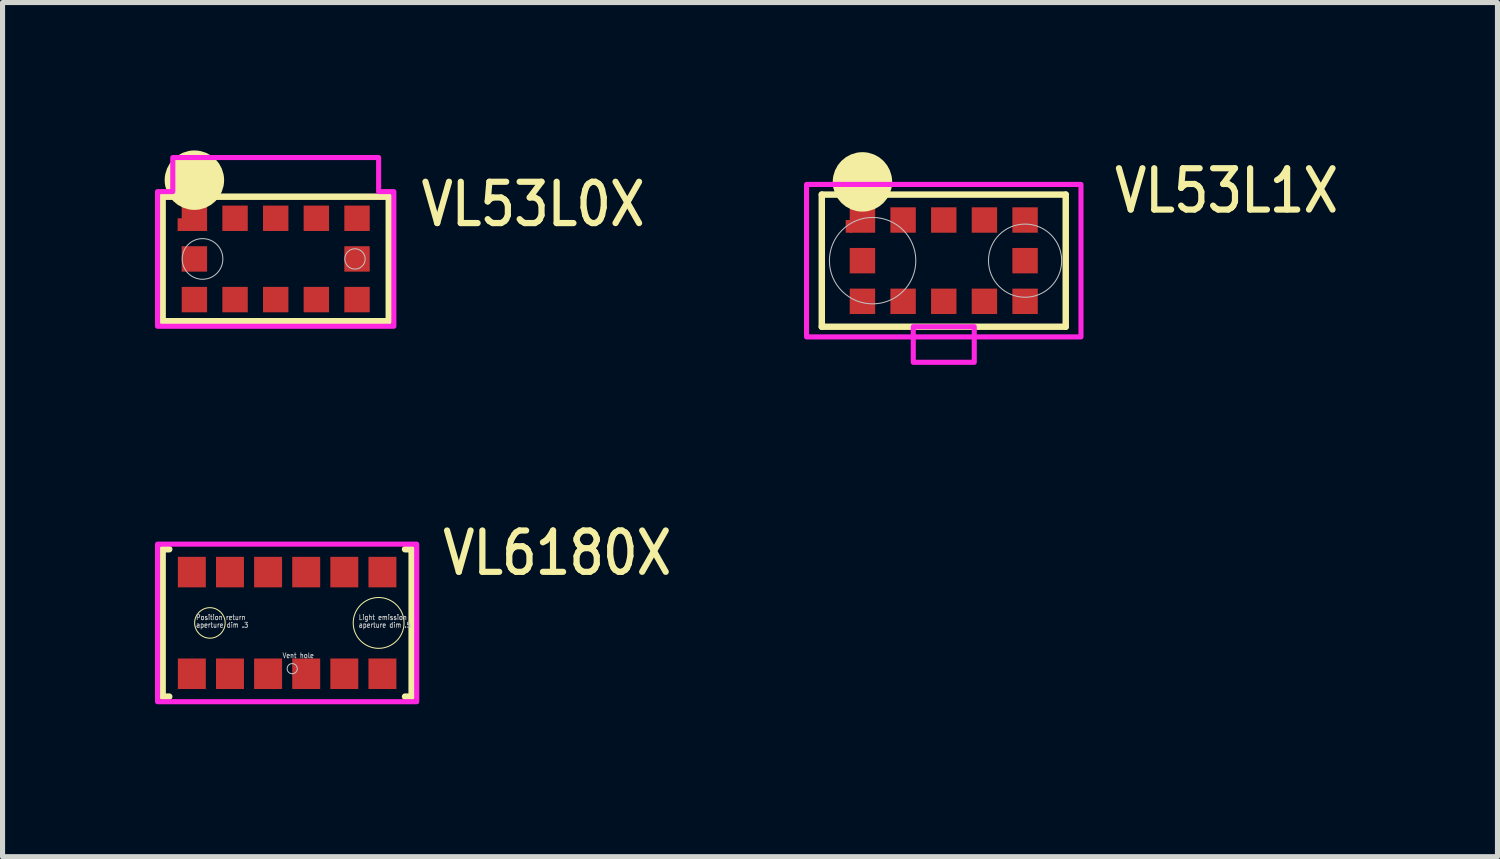
<source format=kicad_pcb>
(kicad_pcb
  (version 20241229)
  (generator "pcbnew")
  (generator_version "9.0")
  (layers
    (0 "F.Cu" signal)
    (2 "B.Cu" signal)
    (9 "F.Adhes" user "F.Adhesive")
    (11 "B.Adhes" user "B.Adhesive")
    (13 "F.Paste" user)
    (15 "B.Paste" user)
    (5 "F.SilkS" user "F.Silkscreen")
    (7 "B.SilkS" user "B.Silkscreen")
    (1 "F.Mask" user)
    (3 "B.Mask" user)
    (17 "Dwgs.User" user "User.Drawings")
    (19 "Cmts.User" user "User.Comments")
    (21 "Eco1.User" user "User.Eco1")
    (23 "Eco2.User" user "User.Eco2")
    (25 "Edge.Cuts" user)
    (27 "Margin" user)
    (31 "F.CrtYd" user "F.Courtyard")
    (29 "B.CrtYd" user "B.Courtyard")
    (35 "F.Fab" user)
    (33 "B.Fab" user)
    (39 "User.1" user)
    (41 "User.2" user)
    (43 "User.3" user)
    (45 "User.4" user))
  (footprint "VL53L0X"
    (layer "F.Cu")
    (at 2.375 2.045)
    (property "Reference" "VL53L0X" (at 2.8 -0.6 0) (unlocked yes) (layer "F.SilkS") (effects (font (size 0.813 0.695) (thickness 0.122)) (justify left bottom)))
    (fp_poly (pts (xy -1.8 -0.8) (xy -1.93 -0.8) (xy -1.93 -0.55) (xy -1.8 -0.55)) (stroke (width 0) (type solid)) (fill yes) (layer "F.Cu"))
    (fp_poly (pts (xy -1.8 -0.9) (xy -2.03 -0.9) (xy -2.03 -0.45) (xy -1.8 -0.45)) (stroke (width 0) (type solid)) (fill yes) (layer "F.Mask"))
    (fp_line (start -2.225 -1.225) (end 2.225 -1.225) (stroke (width 0.127) (type solid)) (layer "F.SilkS"))
    (fp_line (start -2.225 1.225) (end -2.225 -1.225) (stroke (width 0.127) (type solid)) (layer "F.SilkS"))
    (fp_line (start 2.225 -1.225) (end 2.225 1.225) (stroke (width 0.127) (type solid)) (layer "F.SilkS"))
    (fp_line (start 2.225 1.225) (end -2.225 1.225) (stroke (width 0.127) (type solid)) (layer "F.SilkS"))
    (fp_circle (center -1.6 -1.55) (end -1.6 -1.55) (stroke (width 0.585) (type solid)) (fill no) (layer "F.SilkS"))
    (fp_poly (pts (xy -1.8 -0.8) (xy -1.93 -0.8) (xy -1.93 -0.55) (xy -1.8 -0.55)) (stroke (width 0) (type solid)) (fill yes) (layer "F.Paste"))
    (fp_circle (center -1.44 0) (end -1.04 0) (stroke (width 0.02) (type solid)) (fill no) (layer "Dwgs.User"))
    (fp_circle (center 1.56 0) (end 1.76 0) (stroke (width 0.02) (type solid)) (fill no) (layer "Dwgs.User"))
    (fp_poly (pts (xy -2.325 -1.325) (xy -2.025 -1.325) (xy -2.025 -1.995) (xy 2.025 -1.995) (xy 2.025 -1.325) (xy 2.325 -1.325) (xy 2.325 1.325) (xy -2.325 1.325)) (stroke (width 0.1) (type solid)) (fill no) (layer "F.CrtYd"))
    (pad "P$1" smd rect (at -1.6 -0.8) (size 0.5 0.5) (layers "F.Cu" "F.Mask" "F.Paste"))
    (pad "P$2" smd rect (at -0.8 -0.8) (size 0.5 0.5) (layers "F.Cu" "F.Mask" "F.Paste"))
    (pad "P$3" smd rect (at 0 -0.8) (size 0.5 0.5) (layers "F.Cu" "F.Mask" "F.Paste"))
    (pad "P$4" smd rect (at 0.8 -0.8) (size 0.5 0.5) (layers "F.Cu" "F.Mask" "F.Paste"))
    (pad "P$5" smd rect (at 1.6 -0.8) (size 0.5 0.5) (layers "F.Cu" "F.Mask" "F.Paste"))
    (pad "P$6" smd rect (at 1.6 0) (size 0.5 0.5) (layers "F.Cu" "F.Mask" "F.Paste"))
    (pad "P$7" smd rect (at 1.6 0.8) (size 0.5 0.5) (layers "F.Cu" "F.Mask" "F.Paste"))
    (pad "P$8" smd rect (at 0.8 0.8) (size 0.5 0.5) (layers "F.Cu" "F.Mask" "F.Paste"))
    (pad "P$9" smd rect (at 0 0.8) (size 0.5 0.5) (layers "F.Cu" "F.Mask" "F.Paste"))
    (pad "P$10" smd rect (at -0.8 0.8) (size 0.5 0.5) (layers "F.Cu" "F.Mask" "F.Paste"))
    (pad "P$11" smd rect (at -1.6 0.8) (size 0.5 0.5) (layers "F.Cu" "F.Mask" "F.Paste"))
    (pad "P$12" smd rect (at -1.6 0) (size 0.5 0.5) (layers "F.Cu" "F.Mask" "F.Paste")))
  (footprint "VL6180X"
    (layer "F.Cu")
    (at 2.6 9.207)
    (property "Reference" "VL6180X" (at 3 -0.9 0) (unlocked yes) (layer "F.SilkS") (effects (font (size 0.813 0.695) (thickness 0.122)) (justify left bottom)))
    (fp_line (start -2.45 -1.45) (end -2.32 -1.45) (stroke (width 0.127) (type solid)) (layer "F.SilkS"))
    (fp_line (start -2.45 1.45) (end -2.45 -1.45) (stroke (width 0.127) (type solid)) (layer "F.SilkS"))
    (fp_line (start -2.32 1.45) (end -2.45 1.45) (stroke (width 0.127) (type solid)) (layer "F.SilkS"))
    (fp_line (start 2.32 -1.45) (end 2.45 -1.45) (stroke (width 0.127) (type solid)) (layer "F.SilkS"))
    (fp_line (start 2.45 -1.45) (end 2.45 1.45) (stroke (width 0.127) (type solid)) (layer "F.SilkS"))
    (fp_line (start 2.45 1.45) (end 2.32 1.45) (stroke (width 0.127) (type solid)) (layer "F.SilkS"))
    (fp_circle (center -1.52 0) (end -1.22 0) (stroke (width 0.02) (type solid)) (fill no) (layer "F.SilkS"))
    (fp_circle (center 1.8 0) (end 2.3 0) (stroke (width 0.02) (type solid)) (fill no) (layer "F.SilkS"))
    (fp_circle (center 0.1 0.9) (end 0.2 0.9) (stroke (width 0.02) (type solid)) (fill no) (layer "Dwgs.User"))
    (fp_poly (pts (xy -2.55 -1.55) (xy 2.55 -1.55) (xy 2.55 1.55) (xy -2.55 1.55)) (stroke (width 0.1) (type solid)) (fill no) (layer "F.CrtYd"))
    (fp_text user "aperture dim .5" (at 1.4 0.1 0) (unlocked yes) (layer "Dwgs.User") (effects (font (size 0.1 0.086) (thickness 0.015)) (justify left bottom)))
    (fp_text user "aperture dim .3" (at -1.8 0.1 0) (unlocked yes) (layer "Dwgs.User") (effects (font (size 0.1 0.086) (thickness 0.015)) (justify left bottom)))
    (fp_text user "Vent hole" (at -0.1 0.7 0) (unlocked yes) (layer "Dwgs.User") (effects (font (size 0.1 0.086) (thickness 0.015)) (justify left bottom)))
    (fp_text user "Position return" (at -1.8 -0.05 0) (unlocked yes) (layer "Dwgs.User") (effects (font (size 0.1 0.086) (thickness 0.015)) (justify left bottom)))
    (fp_text user "Light emission" (at 1.4 -0.05 0) (unlocked yes) (layer "Dwgs.User") (effects (font (size 0.1 0.086) (thickness 0.015)) (justify left bottom)))
    (pad "P$1" smd rect (at -1.875 1) (size 0.55 0.6) (layers "F.Cu" "F.Mask" "F.Paste"))
    (pad "P$2" smd rect (at -1.125 1) (size 0.55 0.6) (layers "F.Cu" "F.Mask" "F.Paste"))
    (pad "P$3" smd rect (at -0.375 1) (size 0.55 0.6) (layers "F.Cu" "F.Mask" "F.Paste"))
    (pad "P$4" smd rect (at 0.375 1) (size 0.55 0.6) (layers "F.Cu" "F.Mask" "F.Paste"))
    (pad "P$5" smd rect (at 1.125 1) (size 0.55 0.6) (layers "F.Cu" "F.Mask" "F.Paste"))
    (pad "P$6" smd rect (at 1.875 1) (size 0.55 0.6) (layers "F.Cu" "F.Mask" "F.Paste"))
    (pad "P$7" smd rect (at 1.875 -1) (size 0.55 0.6) (layers "F.Cu" "F.Mask" "F.Paste"))
    (pad "P$8" smd rect (at 1.125 -1) (size 0.55 0.6) (layers "F.Cu" "F.Mask" "F.Paste"))
    (pad "P$9" smd rect (at 0.375 -1) (size 0.55 0.6) (layers "F.Cu" "F.Mask" "F.Paste"))
    (pad "P$10" smd rect (at -0.375 -1) (size 0.55 0.6) (layers "F.Cu" "F.Mask" "F.Paste"))
    (pad "P$11" smd rect (at -1.125 -1) (size 0.55 0.6) (layers "F.Cu" "F.Mask" "F.Paste"))
    (pad "P$12" smd rect (at -1.875 -1) (size 0.55 0.6) (layers "F.Cu" "F.Mask" "F.Paste")))
  (footprint "VL53L1X"
    (layer "F.Cu")
    (at 15.52 2.079)
    (property "Reference" "VL53L1X" (at 3.3 -0.9 0) (unlocked yes) (layer "F.SilkS") (effects (font (size 0.813 0.695) (thickness 0.122)) (justify left bottom)))
    (fp_poly (pts (xy -1.8 -0.8) (xy -1.93 -0.8) (xy -1.93 -0.55) (xy -1.8 -0.55)) (stroke (width 0) (type solid)) (fill yes) (layer "F.Cu"))
    (fp_poly (pts (xy -1.8 -0.9) (xy -2.03 -0.9) (xy -2.03 -0.45) (xy -1.8 -0.45)) (stroke (width 0) (type solid)) (fill yes) (layer "F.Mask"))
    (fp_line (start -2.4 -1.3) (end 2.4 -1.3) (stroke (width 0.127) (type solid)) (layer "F.SilkS"))
    (fp_line (start -2.4 1.3) (end -2.4 -1.3) (stroke (width 0.127) (type solid)) (layer "F.SilkS"))
    (fp_line (start 2.4 -1.3) (end 2.4 1.3) (stroke (width 0.127) (type solid)) (layer "F.SilkS"))
    (fp_line (start 2.4 1.3) (end -2.4 1.3) (stroke (width 0.127) (type solid)) (layer "F.SilkS"))
    (fp_circle (center -1.6 -1.55) (end -1.6 -1.55) (stroke (width 0.585) (type solid)) (fill no) (layer "F.SilkS"))
    (fp_poly (pts (xy -1.8 -0.8) (xy -1.93 -0.8) (xy -1.93 -0.55) (xy -1.8 -0.55)) (stroke (width 0) (type solid)) (fill yes) (layer "F.Paste"))
    (fp_circle (center -1.4 0) (end -0.55 0) (stroke (width 0.02) (type solid)) (fill no) (layer "Dwgs.User"))
    (fp_circle (center 1.6 0) (end 2.32 0) (stroke (width 0.02) (type solid)) (fill no) (layer "Dwgs.User"))
    (fp_poly (pts (xy -2.7 -1.5) (xy 2.7 -1.5) (xy 2.7 1.5) (xy -2.7 1.5)) (stroke (width 0.1) (type solid)) (fill no) (layer "F.CrtYd"))
    (fp_poly (pts (xy -0.6 1.3) (xy -0.6 2) (xy 0.6 2) (xy 0.6 1.3)) (stroke (width 0.1) (type solid)) (fill no) (layer "F.CrtYd"))
    (pad "P$1" smd rect (at -1.6 -0.8) (size 0.5 0.5) (layers "F.Cu" "F.Mask" "F.Paste"))
    (pad "P$2" smd rect (at -0.8 -0.8) (size 0.5 0.5) (layers "F.Cu" "F.Mask" "F.Paste"))
    (pad "P$3" smd rect (at 0 -0.8) (size 0.5 0.5) (layers "F.Cu" "F.Mask" "F.Paste"))
    (pad "P$4" smd rect (at 0.8 -0.8) (size 0.5 0.5) (layers "F.Cu" "F.Mask" "F.Paste"))
    (pad "P$5" smd rect (at 1.6 -0.8) (size 0.5 0.5) (layers "F.Cu" "F.Mask" "F.Paste"))
    (pad "P$6" smd rect (at 1.6 0) (size 0.5 0.5) (layers "F.Cu" "F.Mask" "F.Paste"))
    (pad "P$7" smd rect (at 1.6 0.8) (size 0.5 0.5) (layers "F.Cu" "F.Mask" "F.Paste"))
    (pad "P$8" smd rect (at 0.8 0.8) (size 0.5 0.5) (layers "F.Cu" "F.Mask" "F.Paste"))
    (pad "P$9" smd rect (at 0 0.8) (size 0.5 0.5) (layers "F.Cu" "F.Mask" "F.Paste"))
    (pad "P$10" smd rect (at -0.8 0.8) (size 0.5 0.5) (layers "F.Cu" "F.Mask" "F.Paste"))
    (pad "P$11" smd rect (at -1.6 0.8) (size 0.5 0.5) (layers "F.Cu" "F.Mask" "F.Paste"))
    (pad "P$12" smd rect (at -1.6 0) (size 0.5 0.5) (layers "F.Cu" "F.Mask" "F.Paste")))
  (gr_rect
    (start -3 -3)
    (end 26.415 13.807)
    (stroke (width 0.1) (type default))
    (fill no)
    (layer "Edge.Cuts")))
</source>
